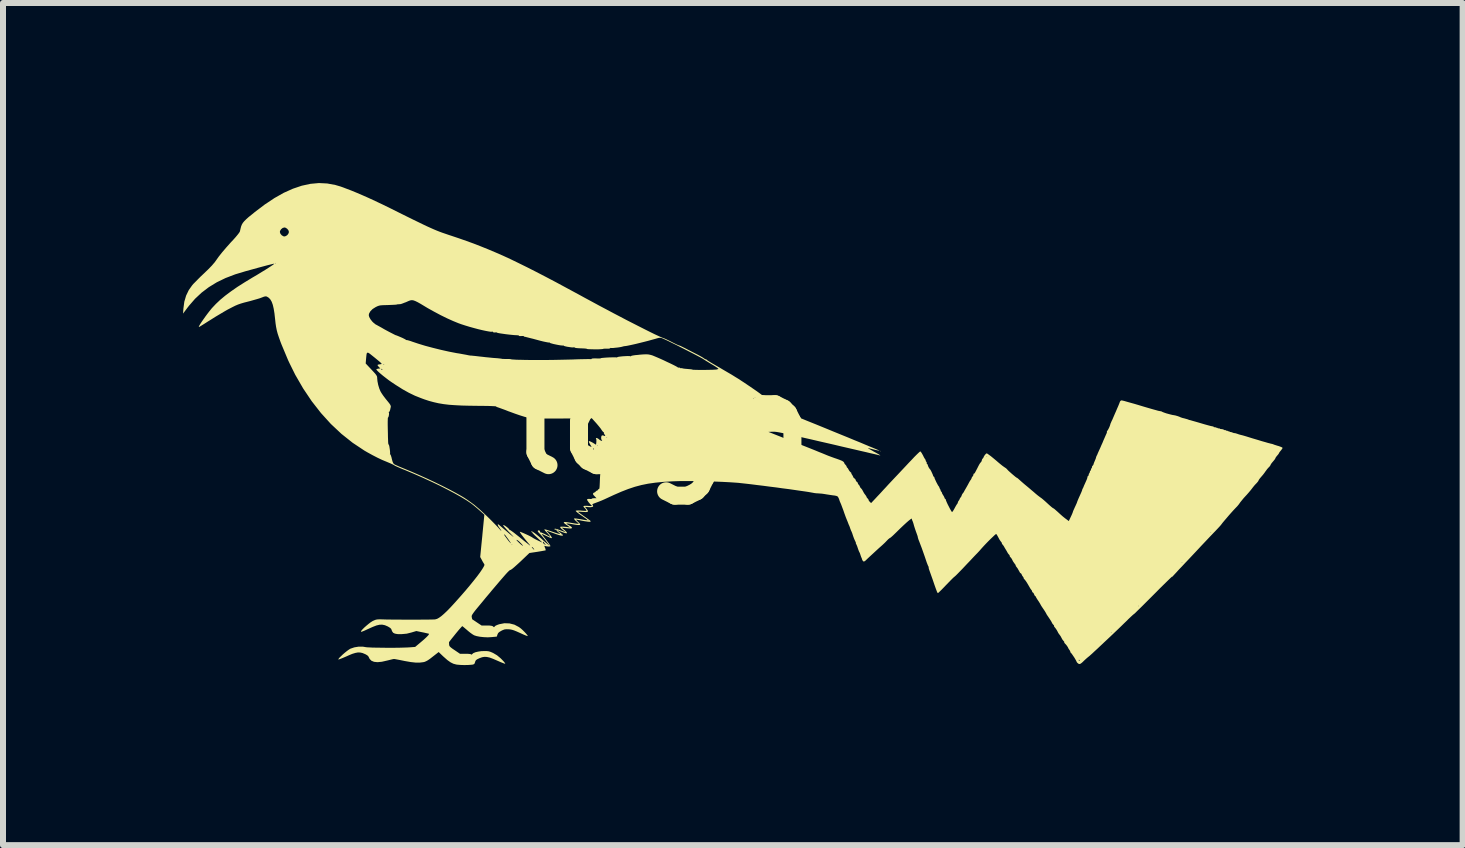
<source format=kicad_pcb>
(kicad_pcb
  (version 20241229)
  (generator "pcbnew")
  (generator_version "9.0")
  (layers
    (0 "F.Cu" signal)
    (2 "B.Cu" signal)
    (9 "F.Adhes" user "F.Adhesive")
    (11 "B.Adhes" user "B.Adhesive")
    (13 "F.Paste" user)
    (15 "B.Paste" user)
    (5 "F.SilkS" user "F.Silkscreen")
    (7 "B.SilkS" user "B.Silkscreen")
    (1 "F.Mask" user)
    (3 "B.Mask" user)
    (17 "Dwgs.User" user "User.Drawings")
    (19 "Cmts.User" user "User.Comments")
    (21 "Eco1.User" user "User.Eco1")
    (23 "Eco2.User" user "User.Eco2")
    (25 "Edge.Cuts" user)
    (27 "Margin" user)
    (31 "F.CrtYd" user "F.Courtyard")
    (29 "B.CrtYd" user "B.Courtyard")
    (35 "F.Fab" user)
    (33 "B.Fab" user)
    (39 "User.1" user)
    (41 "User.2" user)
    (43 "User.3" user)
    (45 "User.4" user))
  (footprint "logo"
    (layer "F.Cu")
    (at 7.976 4.011)
    (property "Reference" "logo" (at 0 0 0) (layer "F.SilkS") (effects (font (size 1.524 1.524) (thickness 0.3))))
    (attr board_only exclude_from_pos_files exclude_from_bom)
    (fp_poly (pts (xy 3.651 0.455) (xy 3.646 0.46) (xy 3.641 0.455) (xy 3.646 0.45)) (stroke (width 0) (type solid)) (fill yes) (layer "F.SilkS"))
    (fp_poly (pts (xy -5.574 -4.004) (xy -5.439 -3.979) (xy -5.35 -3.953) (xy -5.264 -3.921) (xy -5.177 -3.888) (xy -5.087 -3.851) (xy -4.991 -3.81) (xy -4.887 -3.764) (xy -4.775 -3.712) (xy -4.65 -3.653) (xy -4.513 -3.586) (xy -4.369 -3.514) (xy -4.25 -3.455) (xy -4.147 -3.404) (xy -4.058 -3.361) (xy -3.98 -3.323) (xy -3.913 -3.291) (xy -3.853 -3.264) (xy -3.799 -3.24) (xy -3.749 -3.219) (xy -3.701 -3.2) (xy -3.652 -3.182) (xy -3.602 -3.165) (xy -3.547 -3.146) (xy -3.504 -3.132) (xy -3.376 -3.089) (xy -3.253 -3.046) (xy -3.132 -3.002) (xy -3.014 -2.956) (xy -2.895 -2.908) (xy -2.774 -2.857) (xy -2.65 -2.803) (xy -2.522 -2.744) (xy -2.388 -2.679) (xy -2.246 -2.609) (xy -2.096 -2.533) (xy -1.934 -2.449) (xy -1.761 -2.358) (xy -1.574 -2.257) (xy -1.372 -2.148) (xy -1.281 -2.098) (xy -1.164 -2.035) (xy -1.046 -1.971) (xy -0.927 -1.908) (xy -0.809 -1.845) (xy -0.692 -1.784) (xy -0.58 -1.725) (xy -0.472 -1.67) (xy -0.37 -1.618) (xy -0.277 -1.571) (xy -0.193 -1.529) (xy -0.12 -1.493) (xy -0.059 -1.465) (xy -0.011 -1.443) (xy 0.021 -1.43) (xy 0.034 -1.426) (xy 0.046 -1.421) (xy 0.073 -1.409) (xy 0.111 -1.391) (xy 0.155 -1.369) (xy 0.168 -1.362) (xy 0.212 -1.34) (xy 0.249 -1.322) (xy 0.276 -1.31) (xy 0.289 -1.305) (xy 0.29 -1.306) (xy 0.298 -1.303) (xy 0.321 -1.293) (xy 0.355 -1.276) (xy 0.398 -1.255) (xy 0.411 -1.248) (xy 0.465 -1.22) (xy 0.521 -1.191) (xy 0.572 -1.165) (xy 0.611 -1.145) (xy 0.649 -1.124) (xy 0.682 -1.105) (xy 0.705 -1.089) (xy 0.71 -1.086) (xy 0.724 -1.075) (xy 0.73 -1.076) (xy 0.736 -1.076) (xy 0.752 -1.065) (xy 0.753 -1.063) (xy 0.768 -1.052) (xy 0.798 -1.033) (xy 0.839 -1.008) (xy 0.889 -0.979) (xy 0.944 -0.947) (xy 0.955 -0.941) (xy 1.021 -0.902) (xy 1.093 -0.86) (xy 1.165 -0.818) (xy 1.229 -0.778) (xy 1.272 -0.752) (xy 1.318 -0.722) (xy 1.37 -0.688) (xy 1.425 -0.651) (xy 1.481 -0.613) (xy 1.535 -0.576) (xy 1.586 -0.541) (xy 1.63 -0.509) (xy 1.665 -0.483) (xy 1.688 -0.465) (xy 1.698 -0.455) (xy 1.698 -0.455) (xy 1.688 -0.452) (xy 1.662 -0.448) (xy 1.625 -0.442) (xy 1.601 -0.439) (xy 1.559 -0.433) (xy 1.533 -0.429) (xy 1.522 -0.425) (xy 1.523 -0.42) (xy 1.532 -0.415) (xy 1.544 -0.409) (xy 1.574 -0.397) (xy 1.619 -0.378) (xy 1.68 -0.353) (xy 1.754 -0.323) (xy 1.841 -0.287) (xy 1.939 -0.247) (xy 2.047 -0.203) (xy 2.164 -0.155) (xy 2.289 -0.104) (xy 2.42 -0.05) (xy 2.557 0.005) (xy 2.594 0.02) (xy 2.731 0.076) (xy 2.862 0.13) (xy 2.987 0.181) (xy 3.105 0.229) (xy 3.213 0.274) (xy 3.312 0.314) (xy 3.399 0.351) (xy 3.474 0.382) (xy 3.535 0.407) (xy 3.582 0.427) (xy 3.613 0.44) (xy 3.627 0.447) (xy 3.628 0.447) (xy 3.623 0.448) (xy 3.61 0.446) (xy 3.587 0.441) (xy 3.551 0.433) (xy 3.5 0.42) (xy 3.436 0.404) (xy 3.437 0.407) (xy 3.452 0.417) (xy 3.48 0.433) (xy 3.518 0.454) (xy 3.523 0.458) (xy 3.579 0.488) (xy 3.617 0.51) (xy 3.638 0.524) (xy 3.641 0.529) (xy 3.631 0.526) (xy 3.619 0.523) (xy 3.59 0.516) (xy 3.543 0.505) (xy 3.481 0.491) (xy 3.406 0.473) (xy 3.318 0.453) (xy 3.22 0.43) (xy 3.112 0.405) (xy 2.995 0.378) (xy 2.873 0.349) (xy 2.769 0.325) (xy 2.62 0.291) (xy 2.488 0.26) (xy 2.373 0.234) (xy 2.274 0.211) (xy 2.189 0.192) (xy 2.117 0.176) (xy 2.056 0.163) (xy 2.006 0.153) (xy 1.966 0.145) (xy 1.933 0.139) (xy 1.906 0.135) (xy 1.885 0.133) (xy 1.867 0.132) (xy 1.852 0.132) (xy 1.85 0.132) (xy 1.777 0.135) (xy 2.216 0.309) (xy 2.308 0.345) (xy 2.397 0.38) (xy 2.48 0.413) (xy 2.555 0.443) (xy 2.62 0.47) (xy 2.673 0.491) (xy 2.712 0.507) (xy 2.731 0.515) (xy 2.775 0.533) (xy 2.829 0.553) (xy 2.884 0.573) (xy 2.906 0.58) (xy 2.964 0.601) (xy 3.005 0.618) (xy 3.029 0.634) (xy 3.04 0.649) (xy 3.041 0.655) (xy 3.048 0.669) (xy 3.061 0.683) (xy 3.076 0.701) (xy 3.081 0.715) (xy 3.086 0.729) (xy 3.09 0.73) (xy 3.099 0.739) (xy 3.111 0.759) (xy 3.111 0.761) (xy 3.127 0.787) (xy 3.145 0.806) (xy 3.158 0.816) (xy 3.158 0.82) (xy 3.158 0.827) (xy 3.167 0.845) (xy 3.171 0.849) (xy 3.184 0.872) (xy 3.191 0.888) (xy 3.191 0.889) (xy 3.199 0.902) (xy 3.211 0.91) (xy 3.227 0.926) (xy 3.231 0.938) (xy 3.239 0.957) (xy 3.252 0.968) (xy 3.265 0.981) (xy 3.267 0.989) (xy 3.27 1.001) (xy 3.282 1.016) (xy 3.296 1.033) (xy 3.301 1.046) (xy 3.308 1.062) (xy 3.317 1.071) (xy 3.335 1.092) (xy 3.343 1.105) (xy 3.371 1.157) (xy 3.395 1.189) (xy 3.408 1.207) (xy 3.411 1.217) (xy 3.418 1.231) (xy 3.431 1.245) (xy 3.444 1.261) (xy 3.446 1.27) (xy 3.45 1.281) (xy 3.464 1.298) (xy 3.465 1.299) (xy 3.488 1.321) (xy 3.557 1.248) (xy 3.594 1.208) (xy 3.633 1.167) (xy 3.666 1.131) (xy 3.676 1.12) (xy 3.698 1.096) (xy 3.731 1.061) (xy 3.771 1.017) (xy 3.817 0.968) (xy 3.865 0.917) (xy 3.881 0.9) (xy 3.937 0.841) (xy 3.998 0.776) (xy 4.06 0.71) (xy 4.117 0.649) (xy 4.166 0.598) (xy 4.207 0.554) (xy 4.244 0.517) (xy 4.275 0.487) (xy 4.297 0.467) (xy 4.308 0.46) (xy 4.308 0.46) (xy 4.318 0.469) (xy 4.333 0.491) (xy 4.35 0.522) (xy 4.352 0.525) (xy 4.368 0.558) (xy 4.383 0.583) (xy 4.392 0.595) (xy 4.392 0.596) (xy 4.398 0.607) (xy 4.397 0.61) (xy 4.399 0.622) (xy 4.406 0.63) (xy 4.416 0.647) (xy 4.415 0.656) (xy 4.416 0.668) (xy 4.421 0.67) (xy 4.43 0.678) (xy 4.432 0.686) (xy 4.437 0.704) (xy 4.449 0.729) (xy 4.464 0.752) (xy 4.472 0.76) (xy 4.481 0.774) (xy 4.494 0.799) (xy 4.507 0.828) (xy 4.518 0.853) (xy 4.522 0.868) (xy 4.522 0.868) (xy 4.528 0.879) (xy 4.532 0.88) (xy 4.541 0.888) (xy 4.542 0.894) (xy 4.546 0.909) (xy 4.558 0.936) (xy 4.573 0.969) (xy 4.59 1.001) (xy 4.604 1.027) (xy 4.614 1.041) (xy 4.615 1.041) (xy 4.624 1.056) (xy 4.625 1.063) (xy 4.634 1.083) (xy 4.641 1.094) (xy 4.648 1.107) (xy 4.647 1.11) (xy 4.646 1.117) (xy 4.657 1.13) (xy 4.668 1.145) (xy 4.669 1.15) (xy 4.67 1.158) (xy 4.68 1.176) (xy 4.687 1.187) (xy 4.702 1.212) (xy 4.711 1.232) (xy 4.712 1.237) (xy 4.718 1.249) (xy 4.722 1.25) (xy 4.731 1.258) (xy 4.732 1.262) (xy 4.736 1.278) (xy 4.747 1.305) (xy 4.763 1.34) (xy 4.782 1.377) (xy 4.801 1.414) (xy 4.818 1.444) (xy 4.831 1.465) (xy 4.837 1.471) (xy 4.846 1.462) (xy 4.861 1.44) (xy 4.878 1.41) (xy 4.88 1.406) (xy 4.898 1.373) (xy 4.913 1.348) (xy 4.922 1.335) (xy 4.923 1.335) (xy 4.931 1.321) (xy 4.932 1.315) (xy 4.938 1.296) (xy 4.947 1.283) (xy 4.959 1.265) (xy 4.963 1.255) (xy 4.969 1.241) (xy 4.978 1.229) (xy 4.992 1.209) (xy 4.996 1.197) (xy 5.004 1.177) (xy 5.013 1.163) (xy 5.029 1.143) (xy 5.036 1.13) (xy 5.045 1.113) (xy 5.06 1.087) (xy 5.067 1.075) (xy 5.087 1.04) (xy 5.108 1.002) (xy 5.114 0.99) (xy 5.13 0.961) (xy 5.144 0.939) (xy 5.15 0.932) (xy 5.16 0.914) (xy 5.162 0.906) (xy 5.169 0.889) (xy 5.177 0.88) (xy 5.19 0.861) (xy 5.192 0.849) (xy 5.196 0.834) (xy 5.202 0.83) (xy 5.207 0.829) (xy 5.214 0.822) (xy 5.223 0.807) (xy 5.236 0.782) (xy 5.256 0.744) (xy 5.274 0.708) (xy 5.291 0.676) (xy 5.307 0.651) (xy 5.317 0.641) (xy 5.33 0.622) (xy 5.332 0.61) (xy 5.339 0.589) (xy 5.347 0.58) (xy 5.36 0.564) (xy 5.362 0.556) (xy 5.367 0.545) (xy 5.412 0.545) (xy 5.417 0.55) (xy 5.422 0.545) (xy 5.417 0.54) (xy 5.412 0.545) (xy 5.367 0.545) (xy 5.369 0.542) (xy 5.383 0.52) (xy 5.387 0.516) (xy 5.403 0.498) (xy 5.415 0.493) (xy 5.429 0.5) (xy 5.434 0.504) (xy 5.485 0.541) (xy 5.529 0.577) (xy 5.577 0.617) (xy 5.601 0.638) (xy 5.638 0.669) (xy 5.674 0.698) (xy 5.703 0.719) (xy 5.712 0.725) (xy 5.736 0.741) (xy 5.751 0.755) (xy 5.754 0.758) (xy 5.762 0.768) (xy 5.781 0.787) (xy 5.808 0.811) (xy 5.837 0.837) (xy 5.867 0.862) (xy 5.892 0.883) (xy 5.911 0.897) (xy 5.918 0.9) (xy 5.918 0.9) (xy 5.925 0.904) (xy 5.942 0.918) (xy 5.963 0.937) (xy 5.998 0.968) (xy 6.036 1.001) (xy 6.055 1.017) (xy 6.083 1.04) (xy 6.12 1.071) (xy 6.161 1.106) (xy 6.192 1.132) (xy 6.23 1.165) (xy 6.265 1.194) (xy 6.294 1.216) (xy 6.309 1.227) (xy 6.33 1.242) (xy 6.359 1.266) (xy 6.392 1.295) (xy 6.403 1.305) (xy 6.453 1.351) (xy 6.491 1.384) (xy 6.515 1.403) (xy 6.529 1.41) (xy 6.529 1.411) (xy 6.539 1.417) (xy 6.559 1.434) (xy 6.586 1.458) (xy 6.592 1.463) (xy 6.641 1.508) (xy 6.683 1.545) (xy 6.723 1.577) (xy 6.745 1.593) (xy 6.782 1.621) (xy 6.813 1.555) (xy 6.829 1.521) (xy 6.841 1.493) (xy 6.847 1.478) (xy 6.847 1.477) (xy 6.852 1.461) (xy 6.862 1.436) (xy 6.867 1.426) (xy 6.883 1.39) (xy 6.899 1.356) (xy 6.901 1.351) (xy 6.912 1.327) (xy 6.918 1.312) (xy 6.918 1.311) (xy 6.925 1.291) (xy 6.938 1.259) (xy 6.953 1.225) (xy 6.976 1.174) (xy 6.992 1.138) (xy 7.001 1.115) (xy 7.005 1.103) (xy 7.005 1.1) (xy 7.009 1.089) (xy 7.016 1.075) (xy 7.025 1.058) (xy 7.028 1.05) (xy 7.032 1.039) (xy 7.042 1.016) (xy 7.046 1.008) (xy 7.067 0.961) (xy 7.081 0.929) (xy 7.089 0.907) (xy 7.092 0.893) (xy 7.093 0.886) (xy 7.098 0.872) (xy 7.103 0.87) (xy 7.111 0.862) (xy 7.113 0.851) (xy 7.117 0.832) (xy 7.123 0.825) (xy 7.131 0.811) (xy 7.133 0.8) (xy 7.137 0.784) (xy 7.144 0.78) (xy 7.151 0.773) (xy 7.15 0.768) (xy 7.153 0.751) (xy 7.16 0.742) (xy 7.169 0.727) (xy 7.168 0.721) (xy 7.17 0.709) (xy 7.178 0.7) (xy 7.19 0.685) (xy 7.193 0.678) (xy 7.197 0.663) (xy 7.206 0.639) (xy 7.207 0.637) (xy 7.224 0.597) (xy 7.234 0.571) (xy 7.237 0.556) (xy 7.238 0.555) (xy 7.243 0.539) (xy 7.248 0.53) (xy 7.256 0.515) (xy 7.258 0.51) (xy 7.262 0.499) (xy 7.272 0.476) (xy 7.277 0.465) (xy 7.307 0.399) (xy 7.328 0.35) (xy 7.342 0.32) (xy 7.344 0.315) (xy 7.359 0.278) (xy 7.378 0.235) (xy 7.395 0.196) (xy 7.408 0.167) (xy 7.409 0.166) (xy 7.417 0.144) (xy 7.417 0.129) (xy 7.417 0.129) (xy 7.418 0.12) (xy 7.42 0.12) (xy 7.428 0.112) (xy 7.44 0.091) (xy 7.454 0.064) (xy 7.465 0.037) (xy 7.472 0.016) (xy 7.473 0.011) (xy 7.477 -0.003) (xy 7.488 -0.027) (xy 7.494 -0.042) (xy 7.509 -0.072) (xy 7.52 -0.098) (xy 7.523 -0.105) (xy 7.532 -0.126) (xy 7.545 -0.156) (xy 7.551 -0.17) (xy 7.568 -0.208) (xy 7.586 -0.251) (xy 7.605 -0.294) (xy 7.621 -0.333) (xy 7.632 -0.362) (xy 7.636 -0.373) (xy 7.65 -0.387) (xy 7.662 -0.39) (xy 7.676 -0.387) (xy 7.707 -0.38) (xy 7.751 -0.367) (xy 7.808 -0.351) (xy 7.873 -0.333) (xy 7.944 -0.312) (xy 7.967 -0.305) (xy 8.04 -0.283) (xy 8.108 -0.263) (xy 8.167 -0.246) (xy 8.217 -0.232) (xy 8.253 -0.222) (xy 8.273 -0.216) (xy 8.275 -0.216) (xy 8.295 -0.212) (xy 8.303 -0.21) (xy 8.317 -0.209) (xy 8.317 -0.209) (xy 8.331 -0.204) (xy 8.332 -0.203) (xy 8.345 -0.196) (xy 8.371 -0.186) (xy 8.406 -0.174) (xy 8.446 -0.163) (xy 8.484 -0.153) (xy 8.515 -0.146) (xy 8.524 -0.145) (xy 8.557 -0.139) (xy 8.592 -0.129) (xy 8.623 -0.118) (xy 8.638 -0.111) (xy 8.653 -0.105) (xy 8.68 -0.096) (xy 8.703 -0.091) (xy 8.735 -0.082) (xy 8.76 -0.075) (xy 8.768 -0.072) (xy 8.787 -0.064) (xy 8.793 -0.063) (xy 8.807 -0.06) (xy 8.837 -0.051) (xy 8.88 -0.039) (xy 8.932 -0.024) (xy 8.99 -0.007) (xy 8.993 -0.006) (xy 9.051 0.011) (xy 9.102 0.025) (xy 9.143 0.036) (xy 9.172 0.042) (xy 9.185 0.044) (xy 9.186 0.044) (xy 9.193 0.046) (xy 9.194 0.05) (xy 9.201 0.058) (xy 9.208 0.057) (xy 9.224 0.057) (xy 9.229 0.061) (xy 9.241 0.066) (xy 9.244 0.065) (xy 9.256 0.067) (xy 9.259 0.071) (xy 9.273 0.077) (xy 9.28 0.076) (xy 9.292 0.076) (xy 9.294 0.079) (xy 9.302 0.085) (xy 9.323 0.088) (xy 9.324 0.088) (xy 9.351 0.092) (xy 9.369 0.101) (xy 9.381 0.107) (xy 9.384 0.105) (xy 9.39 0.104) (xy 9.399 0.11) (xy 9.411 0.117) (xy 9.414 0.115) (xy 9.42 0.114) (xy 9.429 0.12) (xy 9.441 0.127) (xy 9.444 0.125) (xy 9.45 0.124) (xy 9.459 0.13) (xy 9.471 0.138) (xy 9.474 0.137) (xy 9.482 0.137) (xy 9.502 0.143) (xy 9.509 0.146) (xy 9.531 0.154) (xy 9.543 0.156) (xy 9.544 0.156) (xy 9.552 0.156) (xy 9.573 0.162) (xy 9.586 0.166) (xy 9.617 0.177) (xy 9.643 0.184) (xy 9.649 0.186) (xy 9.668 0.19) (xy 9.7 0.199) (xy 9.734 0.209) (xy 9.84 0.242) (xy 9.928 0.268) (xy 10 0.29) (xy 10.057 0.306) (xy 10.101 0.319) (xy 10.133 0.327) (xy 10.154 0.333) (xy 10.164 0.334) (xy 10.184 0.34) (xy 10.189 0.342) (xy 10.203 0.348) (xy 10.231 0.357) (xy 10.266 0.368) (xy 10.272 0.369) (xy 10.306 0.381) (xy 10.332 0.392) (xy 10.344 0.401) (xy 10.344 0.402) (xy 10.338 0.415) (xy 10.322 0.437) (xy 10.314 0.447) (xy 10.296 0.469) (xy 10.285 0.486) (xy 10.284 0.489) (xy 10.278 0.501) (xy 10.262 0.521) (xy 10.254 0.53) (xy 10.236 0.552) (xy 10.225 0.57) (xy 10.224 0.574) (xy 10.218 0.587) (xy 10.201 0.609) (xy 10.184 0.629) (xy 10.162 0.655) (xy 10.148 0.676) (xy 10.144 0.685) (xy 10.137 0.699) (xy 10.121 0.719) (xy 10.113 0.726) (xy 10.087 0.755) (xy 10.064 0.787) (xy 10.061 0.79) (xy 10.043 0.816) (xy 10.018 0.849) (xy 9.992 0.879) (xy 9.968 0.907) (xy 9.951 0.93) (xy 9.944 0.944) (xy 9.944 0.944) (xy 9.937 0.958) (xy 9.92 0.979) (xy 9.909 0.991) (xy 9.882 1.019) (xy 9.853 1.054) (xy 9.837 1.075) (xy 9.813 1.106) (xy 9.781 1.144) (xy 9.746 1.184) (xy 9.731 1.2) (xy 9.697 1.237) (xy 9.665 1.276) (xy 9.639 1.308) (xy 9.631 1.32) (xy 9.609 1.35) (xy 9.587 1.376) (xy 9.578 1.385) (xy 9.556 1.408) (xy 9.525 1.441) (xy 9.489 1.481) (xy 9.45 1.525) (xy 9.411 1.571) (xy 9.375 1.613) (xy 9.344 1.65) (xy 9.323 1.678) (xy 9.314 1.689) (xy 9.304 1.701) (xy 9.283 1.724) (xy 9.254 1.755) (xy 9.22 1.791) (xy 9.217 1.794) (xy 9.183 1.829) (xy 9.139 1.875) (xy 9.089 1.928) (xy 9.035 1.985) (xy 8.981 2.042) (xy 8.959 2.066) (xy 8.902 2.127) (xy 8.839 2.194) (xy 8.776 2.261) (xy 8.716 2.324) (xy 8.665 2.379) (xy 8.654 2.39) (xy 8.612 2.434) (xy 8.575 2.475) (xy 8.544 2.508) (xy 8.522 2.532) (xy 8.511 2.544) (xy 8.511 2.545) (xy 8.504 2.55) (xy 8.504 2.546) (xy 8.497 2.551) (xy 8.477 2.569) (xy 8.447 2.598) (xy 8.406 2.638) (xy 8.357 2.686) (xy 8.301 2.741) (xy 8.24 2.803) (xy 8.189 2.854) (xy 8.123 2.92) (xy 8.062 2.981) (xy 8.007 3.036) (xy 7.959 3.083) (xy 7.919 3.122) (xy 7.89 3.151) (xy 7.872 3.167) (xy 7.867 3.171) (xy 7.857 3.178) (xy 7.837 3.196) (xy 7.807 3.224) (xy 7.771 3.258) (xy 7.754 3.276) (xy 7.706 3.322) (xy 7.654 3.373) (xy 7.603 3.422) (xy 7.56 3.463) (xy 7.558 3.465) (xy 7.512 3.509) (xy 7.46 3.558) (xy 7.41 3.605) (xy 7.383 3.63) (xy 7.313 3.696) (xy 7.256 3.75) (xy 7.21 3.792) (xy 7.175 3.825) (xy 7.147 3.85) (xy 7.127 3.868) (xy 7.112 3.88) (xy 7.108 3.883) (xy 7.083 3.904) (xy 7.053 3.931) (xy 7.039 3.944) (xy 7.005 3.977) (xy 6.981 3.996) (xy 6.962 4.003) (xy 6.947 4) (xy 6.935 3.992) (xy 6.919 3.977) (xy 6.913 3.967) (xy 6.908 3.954) (xy 6.899 3.938) (xy 6.946 3.938) (xy 6.948 3.942) (xy 6.957 3.951) (xy 6.958 3.952) (xy 6.963 3.944) (xy 6.963 3.942) (xy 6.955 3.932) (xy 6.952 3.932) (xy 6.946 3.938) (xy 6.899 3.938) (xy 6.894 3.929) (xy 6.876 3.898) (xy 6.855 3.867) (xy 6.836 3.839) (xy 6.821 3.82) (xy 6.815 3.814) (xy 6.807 3.805) (xy 6.808 3.802) (xy 6.805 3.789) (xy 6.794 3.77) (xy 6.793 3.769) (xy 6.779 3.749) (xy 6.773 3.737) (xy 6.773 3.737) (xy 6.767 3.724) (xy 6.753 3.702) (xy 6.736 3.68) (xy 6.72 3.663) (xy 6.715 3.658) (xy 6.706 3.647) (xy 6.707 3.642) (xy 6.706 3.636) (xy 7.313 3.636) (xy 7.318 3.641) (xy 7.323 3.636) (xy 7.318 3.631) (xy 7.313 3.636) (xy 6.706 3.636) (xy 6.705 3.63) (xy 6.696 3.62) (xy 6.679 3.6) (xy 6.671 3.587) (xy 6.645 3.538) (xy 6.62 3.504) (xy 6.607 3.486) (xy 6.602 3.476) (xy 7.483 3.476) (xy 7.488 3.481) (xy 7.493 3.476) (xy 7.488 3.471) (xy 7.483 3.476) (xy 6.602 3.476) (xy 6.594 3.46) (xy 6.58 3.435) (xy 6.563 3.41) (xy 6.548 3.391) (xy 6.543 3.386) (xy 6.536 3.375) (xy 6.537 3.372) (xy 6.535 3.36) (xy 6.526 3.35) (xy 6.509 3.33) (xy 6.502 3.317) (xy 6.495 3.302) (xy 6.485 3.285) (xy 6.471 3.263) (xy 6.449 3.23) (xy 6.435 3.209) (xy 6.417 3.183) (xy 6.406 3.163) (xy 6.403 3.156) (xy 6.397 3.146) (xy 6.384 3.124) (xy 6.37 3.103) (xy 6.343 3.063) (xy 6.325 3.036) (xy 7.943 3.036) (xy 7.948 3.041) (xy 7.953 3.036) (xy 7.948 3.031) (xy 7.943 3.036) (xy 6.325 3.036) (xy 6.325 3.036) (xy 6.314 3.017) (xy 6.307 3.004) (xy 6.306 3.001) (xy 6.296 2.985) (xy 6.28 2.959) (xy 6.266 2.939) (xy 6.248 2.911) (xy 6.236 2.89) (xy 6.232 2.881) (xy 6.226 2.871) (xy 6.223 2.871) (xy 6.214 2.863) (xy 6.204 2.842) (xy 6.204 2.841) (xy 6.194 2.82) (xy 6.183 2.811) (xy 6.183 2.811) (xy 6.173 2.803) (xy 6.172 2.797) (xy 6.166 2.778) (xy 6.159 2.769) (xy 6.145 2.751) (xy 6.132 2.729) (xy 6.107 2.686) (xy 6.084 2.647) (xy 6.063 2.616) (xy 6.048 2.596) (xy 6.042 2.591) (xy 6.033 2.583) (xy 6.032 2.577) (xy 6.026 2.558) (xy 6.019 2.549) (xy 6.004 2.528) (xy 5.998 2.513) (xy 5.989 2.496) (xy 5.981 2.491) (xy 5.97 2.483) (xy 5.962 2.468) (xy 5.928 2.408) (xy 5.907 2.381) (xy 5.897 2.367) (xy 5.897 2.361) (xy 5.898 2.355) (xy 5.887 2.341) (xy 5.869 2.316) (xy 8.663 2.316) (xy 8.668 2.321) (xy 8.673 2.316) (xy 8.668 2.311) (xy 8.663 2.316) (xy 5.869 2.316) (xy 5.853 2.293) (xy 5.834 2.255) (xy 5.819 2.232) (xy 5.808 2.222) (xy 5.798 2.208) (xy 5.797 2.201) (xy 5.795 2.189) (xy 5.786 2.18) (xy 5.769 2.16) (xy 5.761 2.146) (xy 5.749 2.124) (xy 5.733 2.097) (xy 5.732 2.096) (xy 5.717 2.071) (xy 5.706 2.052) (xy 5.706 2.051) (xy 5.695 2.033) (xy 5.679 2.013) (xy 5.667 1.998) (xy 5.667 1.991) (xy 5.667 1.991) (xy 5.667 1.985) (xy 5.657 1.971) (xy 5.643 1.953) (xy 5.628 1.931) (xy 5.611 1.899) (xy 5.597 1.873) (xy 5.584 1.85) (xy 5.573 1.837) (xy 5.572 1.836) (xy 5.563 1.841) (xy 5.543 1.858) (xy 5.515 1.885) (xy 5.48 1.918) (xy 5.443 1.955) (xy 5.405 1.994) (xy 5.369 2.032) (xy 5.338 2.066) (xy 5.321 2.085) (xy 5.294 2.116) (xy 5.266 2.146) (xy 5.257 2.156) (xy 5.242 2.171) (xy 5.215 2.199) (xy 5.179 2.237) (xy 5.137 2.282) (xy 5.09 2.331) (xy 5.057 2.366) (xy 5.01 2.416) (xy 4.967 2.46) (xy 4.93 2.498) (xy 4.901 2.527) (xy 4.882 2.544) (xy 4.876 2.549) (xy 4.866 2.557) (xy 4.845 2.577) (xy 4.815 2.607) (xy 4.778 2.645) (xy 4.738 2.686) (xy 4.697 2.729) (xy 4.661 2.766) (xy 4.631 2.795) (xy 4.611 2.814) (xy 4.602 2.821) (xy 4.598 2.819) (xy 4.593 2.813) (xy 4.586 2.799) (xy 4.577 2.775) (xy 4.563 2.738) (xy 4.545 2.687) (xy 4.531 2.646) (xy 4.513 2.593) (xy 4.494 2.54) (xy 4.477 2.492) (xy 4.468 2.467) (xy 4.456 2.433) (xy 4.448 2.406) (xy 4.447 2.391) (xy 4.447 2.391) (xy 4.446 2.38) (xy 4.444 2.379) (xy 4.438 2.369) (xy 4.428 2.344) (xy 4.414 2.308) (xy 4.405 2.281) (xy 4.38 2.207) (xy 4.355 2.136) (xy 4.332 2.071) (xy 4.311 2.016) (xy 4.295 1.974) (xy 4.289 1.958) (xy 4.277 1.928) (xy 4.269 1.902) (xy 4.268 1.898) (xy 4.263 1.873) (xy 4.259 1.861) (xy 4.24 1.808) (xy 4.239 1.806) (xy 9.144 1.806) (xy 9.149 1.811) (xy 9.154 1.806) (xy 9.149 1.801) (xy 9.144 1.806) (xy 4.239 1.806) (xy 4.22 1.751) (xy 4.203 1.698) (xy 4.196 1.671) (xy 4.186 1.639) (xy 4.176 1.614) (xy 4.171 1.605) (xy 4.167 1.591) (xy 4.169 1.586) (xy 4.168 1.581) (xy 4.159 1.582) (xy 4.144 1.591) (xy 4.117 1.612) (xy 4.078 1.646) (xy 4.03 1.69) (xy 3.973 1.744) (xy 3.91 1.806) (xy 3.882 1.833) (xy 3.852 1.862) (xy 3.826 1.885) (xy 3.809 1.899) (xy 3.804 1.901) (xy 3.793 1.908) (xy 3.772 1.925) (xy 3.75 1.948) (xy 3.717 1.982) (xy 3.681 2.016) (xy 3.661 2.034) (xy 3.62 2.07) (xy 3.571 2.115) (xy 3.519 2.163) (xy 3.468 2.21) (xy 3.425 2.25) (xy 3.418 2.257) (xy 3.392 2.282) (xy 3.375 2.293) (xy 3.364 2.295) (xy 3.355 2.289) (xy 3.341 2.27) (xy 3.338 2.26) (xy 3.332 2.24) (xy 3.33 2.236) (xy 3.323 2.221) (xy 3.314 2.195) (xy 3.311 2.186) (xy 3.302 2.158) (xy 3.293 2.139) (xy 3.291 2.136) (xy 3.284 2.121) (xy 3.274 2.094) (xy 3.266 2.071) (xy 3.255 2.038) (xy 3.244 2.013) (xy 3.239 2.003) (xy 3.233 1.993) (xy 3.235 1.991) (xy 3.235 1.983) (xy 3.227 1.963) (xy 3.22 1.949) (xy 3.204 1.913) (xy 3.189 1.872) (xy 3.184 1.857) (xy 3.174 1.826) (xy 3.165 1.803) (xy 3.162 1.796) (xy 3.154 1.78) (xy 3.144 1.754) (xy 3.141 1.746) (xy 3.132 1.718) (xy 3.124 1.699) (xy 3.123 1.696) (xy 3.116 1.682) (xy 3.116 1.681) (xy 3.111 1.669) (xy 3.102 1.645) (xy 3.091 1.617) (xy 3.084 1.601) (xy 3.078 1.585) (xy 3.076 1.581) (xy 3.071 1.568) (xy 3.068 1.561) (xy 3.061 1.542) (xy 3.051 1.514) (xy 3.046 1.501) (xy 3.025 1.44) (xy 3.008 1.395) (xy 2.996 1.363) (xy 2.987 1.339) (xy 2.979 1.321) (xy 2.976 1.314) (xy 2.966 1.291) (xy 2.961 1.276) (xy 2.961 1.276) (xy 2.957 1.263) (xy 2.948 1.24) (xy 2.945 1.235) (xy 2.937 1.219) (xy 2.927 1.209) (xy 2.91 1.202) (xy 2.883 1.196) (xy 2.843 1.191) (xy 2.796 1.184) (xy 2.75 1.177) (xy 2.714 1.171) (xy 2.708 1.17) (xy 2.667 1.164) (xy 2.625 1.161) (xy 2.615 1.16) (xy 2.575 1.158) (xy 2.535 1.153) (xy 2.528 1.151) (xy 2.494 1.145) (xy 2.443 1.136) (xy 2.377 1.126) (xy 2.299 1.115) (xy 2.21 1.102) (xy 2.113 1.088) (xy 2.01 1.075) (xy 1.904 1.06) (xy 1.798 1.047) (xy 1.693 1.033) (xy 1.592 1.021) (xy 1.498 1.009) (xy 1.412 0.999) (xy 1.338 0.991) (xy 1.277 0.984) (xy 1.235 0.981) (xy 1.131 0.974) (xy 1.015 0.968) (xy 0.892 0.963) (xy 0.765 0.959) (xy 0.637 0.956) (xy 0.513 0.954) (xy 0.397 0.954) (xy 0.291 0.955) (xy 0.201 0.958) (xy 0.174 0.959) (xy 0.026 0.968) (xy -0.106 0.981) (xy -0.227 0.998) (xy -0.34 1.021) (xy -0.449 1.05) (xy -0.56 1.087) (xy -0.675 1.132) (xy -0.799 1.186) (xy -0.84 1.205) (xy -0.896 1.231) (xy -0.95 1.256) (xy -0.998 1.277) (xy -1.035 1.292) (xy -1.05 1.298) (xy -1.098 1.316) (xy -1.13 1.328) (xy -1.148 1.336) (xy -1.156 1.343) (xy -1.156 1.348) (xy -1.151 1.355) (xy -1.15 1.356) (xy -1.142 1.374) (xy -1.154 1.385) (xy -1.183 1.39) (xy -1.219 1.389) (xy -1.279 1.384) (xy -1.249 1.422) (xy -1.233 1.445) (xy -1.229 1.459) (xy -1.238 1.468) (xy -1.262 1.471) (xy -1.304 1.469) (xy -1.329 1.468) (xy -1.367 1.465) (xy -1.388 1.465) (xy -1.394 1.467) (xy -1.389 1.473) (xy -1.381 1.479) (xy -1.361 1.493) (xy -1.331 1.514) (xy -1.297 1.539) (xy -1.291 1.543) (xy -1.257 1.567) (xy -1.226 1.59) (xy -1.204 1.605) (xy -1.202 1.606) (xy -1.186 1.62) (xy -1.185 1.629) (xy -1.199 1.633) (xy -1.23 1.631) (xy -1.279 1.624) (xy -1.326 1.616) (xy -1.22 1.616) (xy -1.215 1.621) (xy -1.21 1.616) (xy -1.215 1.611) (xy -1.22 1.616) (xy -1.326 1.616) (xy -1.345 1.612) (xy -1.423 1.596) (xy -1.425 1.6) (xy -1.415 1.614) (xy -1.393 1.635) (xy -1.393 1.636) (xy -1.369 1.659) (xy -1.359 1.675) (xy -1.362 1.684) (xy -1.381 1.687) (xy -1.416 1.685) (xy -1.469 1.677) (xy -1.491 1.673) (xy -1.541 1.664) (xy -1.573 1.661) (xy -1.587 1.662) (xy -1.584 1.669) (xy -1.565 1.681) (xy -1.54 1.695) (xy -1.514 1.711) (xy -1.498 1.726) (xy -1.496 1.732) (xy -1.499 1.74) (xy -1.511 1.744) (xy -1.534 1.744) (xy -1.573 1.741) (xy -1.606 1.738) (xy -1.666 1.731) (xy -1.616 1.774) (xy -1.589 1.801) (xy -1.578 1.818) (xy -1.585 1.825) (xy -1.609 1.821) (xy -1.65 1.808) (xy -1.665 1.802) (xy -1.7 1.789) (xy -1.726 1.78) (xy -1.74 1.776) (xy -1.741 1.776) (xy -1.733 1.783) (xy -1.714 1.798) (xy -1.689 1.816) (xy -1.66 1.839) (xy -1.648 1.854) (xy -1.649 1.863) (xy -1.661 1.865) (xy -1.686 1.861) (xy -1.726 1.85) (xy -1.737 1.846) (xy -1.681 1.846) (xy -1.676 1.851) (xy -1.671 1.846) (xy -1.676 1.841) (xy -1.681 1.846) (xy -1.737 1.846) (xy -1.782 1.831) (xy -1.791 1.827) (xy -1.922 1.781) (xy -1.871 1.84) (xy -1.848 1.869) (xy -1.834 1.891) (xy -1.829 1.904) (xy -1.83 1.905) (xy -1.843 1.904) (xy -1.869 1.895) (xy -1.903 1.879) (xy -1.92 1.871) (xy -1.956 1.854) (xy -1.983 1.841) (xy -1.999 1.836) (xy -2.001 1.836) (xy -1.995 1.845) (xy -1.979 1.867) (xy -1.955 1.898) (xy -1.926 1.935) (xy -1.925 1.936) (xy -1.897 1.973) (xy -1.874 2.005) (xy -1.859 2.028) (xy -1.854 2.039) (xy -1.854 2.039) (xy -1.867 2.044) (xy -1.892 2.045) (xy -1.919 2.042) (xy -1.943 2.036) (xy -1.943 2.036) (xy -1.954 2.033) (xy -1.955 2.039) (xy -1.949 2.057) (xy -1.945 2.066) (xy -1.936 2.09) (xy -1.934 2.106) (xy -1.934 2.108) (xy -1.946 2.111) (xy -1.973 2.116) (xy -2.012 2.123) (xy -2.06 2.131) (xy -2.072 2.133) (xy -2.205 2.153) (xy -2.354 2.295) (xy -2.412 2.348) (xy -2.459 2.39) (xy -2.494 2.419) (xy -2.517 2.434) (xy -2.524 2.436) (xy -2.533 2.44) (xy -2.549 2.454) (xy -2.573 2.478) (xy -2.605 2.513) (xy -2.646 2.56) (xy -2.698 2.62) (xy -2.76 2.693) (xy -2.834 2.78) (xy -2.859 2.811) (xy -2.931 2.896) (xy -2.99 2.968) (xy -3.039 3.027) (xy -3.078 3.074) (xy -3.109 3.112) (xy -3.132 3.142) (xy -3.148 3.165) (xy -3.159 3.182) (xy -3.165 3.195) (xy -3.167 3.205) (xy -3.167 3.213) (xy -3.166 3.221) (xy -3.161 3.244) (xy -3.158 3.257) (xy -3.158 3.257) (xy -3.149 3.263) (xy -3.128 3.277) (xy -3.098 3.297) (xy -3.079 3.31) (xy -3.002 3.361) (xy -2.915 3.361) (xy -2.868 3.362) (xy -2.837 3.366) (xy -2.817 3.372) (xy -2.81 3.378) (xy -2.796 3.389) (xy -2.789 3.385) (xy -2.785 3.378) (xy -2.772 3.366) (xy -2.745 3.353) (xy -2.709 3.34) (xy -2.622 3.323) (xy -2.537 3.326) (xy -2.455 3.347) (xy -2.379 3.387) (xy -2.346 3.412) (xy -2.316 3.439) (xy -2.287 3.468) (xy -2.261 3.496) (xy -2.242 3.519) (xy -2.233 3.534) (xy -2.233 3.537) (xy -2.244 3.535) (xy -2.269 3.526) (xy -2.305 3.511) (xy -2.349 3.491) (xy -2.362 3.485) (xy -2.418 3.46) (xy -2.46 3.443) (xy -2.495 3.432) (xy -2.526 3.426) (xy -2.551 3.424) (xy -2.591 3.423) (xy -2.622 3.427) (xy -2.653 3.439) (xy -2.671 3.448) (xy -2.705 3.468) (xy -2.725 3.486) (xy -2.737 3.509) (xy -2.737 3.511) (xy -2.749 3.546) (xy -2.832 3.554) (xy -2.898 3.558) (xy -2.966 3.555) (xy -3.031 3.548) (xy -3.087 3.537) (xy -3.129 3.523) (xy -3.13 3.522) (xy -3.156 3.506) (xy -3.191 3.481) (xy -3.228 3.451) (xy -3.245 3.436) (xy -3.277 3.409) (xy -3.303 3.387) (xy -3.32 3.374) (xy -3.324 3.371) (xy -3.332 3.379) (xy -3.35 3.399) (xy -3.376 3.428) (xy -3.406 3.464) (xy -3.438 3.503) (xy -3.47 3.543) (xy -3.5 3.58) (xy -3.524 3.611) (xy -3.54 3.632) (xy -3.545 3.642) (xy -3.544 3.658) (xy -3.543 3.681) (xy -3.54 3.696) (xy -3.532 3.71) (xy -3.514 3.727) (xy -3.485 3.749) (xy -3.452 3.771) (xy -3.362 3.832) (xy -3.272 3.832) (xy -3.225 3.833) (xy -3.192 3.836) (xy -3.176 3.842) (xy -3.175 3.843) (xy -3.167 3.847) (xy -3.16 3.839) (xy -3.141 3.822) (xy -3.106 3.807) (xy -3.059 3.796) (xy -3.005 3.788) (xy -2.961 3.787) (xy -2.916 3.787) (xy -2.883 3.791) (xy -2.853 3.8) (xy -2.818 3.815) (xy -2.806 3.821) (xy -2.745 3.857) (xy -2.685 3.907) (xy -2.667 3.925) (xy -2.638 3.955) (xy -2.618 3.979) (xy -2.608 3.995) (xy -2.608 3.999) (xy -2.62 3.996) (xy -2.647 3.986) (xy -2.685 3.971) (xy -2.73 3.951) (xy -2.742 3.946) (xy -2.811 3.916) (xy -2.868 3.895) (xy -2.914 3.885) (xy -2.955 3.883) (xy -2.994 3.89) (xy -3.035 3.905) (xy -3.04 3.907) (xy -3.074 3.923) (xy -3.094 3.937) (xy -3.105 3.953) (xy -3.111 3.972) (xy -3.118 3.993) (xy -3.129 4.005) (xy -3.148 4.012) (xy -3.174 4.015) (xy -3.229 4.019) (xy -3.292 4.02) (xy -3.356 4.018) (xy -3.411 4.013) (xy -3.424 4.011) (xy -3.472 3.998) (xy -3.52 3.974) (xy -3.573 3.936) (xy -3.633 3.883) (xy -3.641 3.876) (xy -3.717 3.803) (xy -3.817 3.881) (xy -3.862 3.916) (xy -3.897 3.94) (xy -3.926 3.956) (xy -3.952 3.967) (xy -3.974 3.972) (xy -4.031 3.979) (xy -4.1 3.979) (xy -4.182 3.97) (xy -4.28 3.953) (xy -4.319 3.945) (xy -4.368 3.935) (xy -4.411 3.927) (xy -4.443 3.921) (xy -4.461 3.919) (xy -4.462 3.919) (xy -4.477 3.921) (xy -4.507 3.928) (xy -4.547 3.938) (xy -4.576 3.945) (xy -4.664 3.965) (xy -4.736 3.972) (xy -4.794 3.966) (xy -4.837 3.948) (xy -4.867 3.918) (xy -4.875 3.901) (xy -4.888 3.876) (xy -4.906 3.858) (xy -4.935 3.841) (xy -4.946 3.836) (xy -4.987 3.819) (xy -5.025 3.811) (xy -5.063 3.81) (xy -5.106 3.818) (xy -5.158 3.834) (xy -5.222 3.861) (xy -5.246 3.872) (xy -5.295 3.893) (xy -5.336 3.91) (xy -5.368 3.922) (xy -5.386 3.928) (xy -5.389 3.928) (xy -5.386 3.918) (xy -5.371 3.898) (xy -5.345 3.873) (xy -5.314 3.843) (xy -5.279 3.813) (xy -5.244 3.785) (xy -5.212 3.762) (xy -5.187 3.747) (xy -5.122 3.725) (xy -5.049 3.713) (xy -4.977 3.714) (xy -4.936 3.721) (xy -4.913 3.724) (xy -4.874 3.726) (xy -4.82 3.729) (xy -4.755 3.73) (xy -4.682 3.731) (xy -4.604 3.732) (xy -4.524 3.732) (xy -4.445 3.732) (xy -4.369 3.731) (xy -4.3 3.729) (xy -4.24 3.727) (xy -4.203 3.725) (xy -4.109 3.718) (xy -4.023 3.646) (xy -3.963 3.595) (xy -3.92 3.555) (xy -3.892 3.526) (xy -3.879 3.507) (xy -3.881 3.498) (xy -3.882 3.497) (xy -3.898 3.494) (xy -3.928 3.487) (xy -3.967 3.478) (xy -3.993 3.473) (xy -4.089 3.453) (xy -4.173 3.478) (xy -4.249 3.497) (xy -4.325 3.504) (xy -4.347 3.505) (xy -4.405 3.504) (xy -4.447 3.496) (xy -4.475 3.482) (xy -4.492 3.459) (xy -4.5 3.439) (xy -4.508 3.418) (xy -4.525 3.401) (xy -4.554 3.383) (xy -4.566 3.376) (xy -4.613 3.356) (xy -4.657 3.347) (xy -4.702 3.348) (xy -4.753 3.36) (xy -4.815 3.384) (xy -4.842 3.396) (xy -4.902 3.423) (xy -4.945 3.443) (xy -4.976 3.456) (xy -4.995 3.463) (xy -5.006 3.466) (xy -5.011 3.465) (xy -5.012 3.462) (xy -5.005 3.447) (xy -4.985 3.424) (xy -4.956 3.395) (xy -4.921 3.364) (xy -4.885 3.334) (xy -4.851 3.308) (xy -4.821 3.289) (xy -4.816 3.286) (xy -4.787 3.273) (xy -4.763 3.264) (xy -4.738 3.26) (xy -4.704 3.258) (xy -4.657 3.259) (xy -4.657 3.259) (xy -4.592 3.261) (xy -4.517 3.262) (xy -4.436 3.263) (xy -4.349 3.263) (xy -4.26 3.264) (xy -4.172 3.264) (xy -4.086 3.264) (xy -4.005 3.263) (xy -3.933 3.263) (xy -3.87 3.262) (xy -3.821 3.261) (xy -3.787 3.26) (xy -3.771 3.258) (xy -3.743 3.25) (xy -3.711 3.232) (xy -3.673 3.205) (xy -3.629 3.167) (xy -3.577 3.118) (xy -3.516 3.055) (xy -3.446 2.979) (xy -3.365 2.888) (xy -3.348 2.869) (xy -3.268 2.777) (xy -3.196 2.691) (xy -3.131 2.611) (xy -3.075 2.54) (xy -3.029 2.478) (xy -2.993 2.425) (xy -2.968 2.384) (xy -2.955 2.356) (xy -2.956 2.341) (xy -2.967 2.324) (xy -2.984 2.296) (xy -2.996 2.273) (xy -3.025 2.22) (xy -3.009 2.057) (xy -2.165 2.057) (xy -2.154 2.072) (xy -2.151 2.076) (xy -2.134 2.093) (xy -2.124 2.101) (xy -2.124 2.101) (xy -2.126 2.094) (xy -2.136 2.076) (xy -2.137 2.076) (xy -2.152 2.058) (xy -2.164 2.051) (xy -2.165 2.057) (xy -3.009 2.057) (xy -3.005 2.016) (xy -2.501 2.016) (xy -2.496 2.021) (xy -2.491 2.016) (xy -2.496 2.011) (xy -2.501 2.016) (xy -3.005 2.016) (xy -2.99 1.868) (xy -2.988 1.844) (xy -2.627 1.844) (xy -2.624 1.853) (xy -2.611 1.873) (xy -2.591 1.9) (xy -2.569 1.93) (xy -2.547 1.958) (xy -2.528 1.979) (xy -2.516 1.99) (xy -2.514 1.991) (xy -2.517 1.983) (xy -2.53 1.964) (xy -2.549 1.936) (xy -2.549 1.936) (xy -2.421 1.936) (xy -2.414 1.946) (xy -2.397 1.964) (xy -2.374 1.986) (xy -2.35 2.008) (xy -2.328 2.025) (xy -2.314 2.035) (xy -2.312 2.035) (xy -2.316 2.026) (xy -2.33 2.008) (xy -2.347 1.99) (xy -2.375 1.962) (xy -2.399 1.943) (xy -2.415 1.934) (xy -2.421 1.936) (xy -2.549 1.936) (xy -2.551 1.933) (xy -2.574 1.901) (xy -2.594 1.874) (xy -2.607 1.856) (xy -2.62 1.844) (xy -2.627 1.844) (xy -2.988 1.844) (xy -2.956 1.515) (xy -3.038 1.442) (xy -3.079 1.406) (xy -3.122 1.37) (xy -3.161 1.339) (xy -3.178 1.326) (xy -3.252 1.276) (xy -3.343 1.221) (xy -3.449 1.161) (xy -3.568 1.098) (xy -3.698 1.032) (xy -3.836 0.966) (xy -3.982 0.899) (xy -4.132 0.833) (xy -4.286 0.768) (xy -4.307 0.76) (xy -4.355 0.74) (xy -4.398 0.721) (xy -4.43 0.707) (xy -4.449 0.697) (xy -4.452 0.695) (xy -4.479 0.679) (xy -4.525 0.658) (xy -4.589 0.631) (xy -4.659 0.602) (xy -4.739 0.564) (xy -4.822 0.521) (xy -4.902 0.477) (xy -4.954 0.447) (xy -5.151 0.316) (xy -5.337 0.168) (xy -5.513 0.003) (xy -5.678 -0.179) (xy -5.832 -0.376) (xy -5.975 -0.589) (xy -6.107 -0.817) (xy -6.2 -1.005) (xy -4.933 -1.005) (xy -4.838 -0.904) (xy -4.799 -0.862) (xy -4.772 -0.832) (xy -4.756 -0.81) (xy -4.746 -0.792) (xy -4.742 -0.776) (xy -4.742 -0.764) (xy -4.737 -0.71) (xy -4.725 -0.649) (xy -4.707 -0.589) (xy -4.688 -0.543) (xy -4.67 -0.512) (xy -4.644 -0.473) (xy -4.613 -0.432) (xy -4.6 -0.415) (xy -4.565 -0.372) (xy -4.54 -0.341) (xy -4.525 -0.319) (xy -4.517 -0.302) (xy -4.514 -0.287) (xy -4.517 -0.271) (xy -4.522 -0.25) (xy -4.522 -0.246) (xy -4.531 -0.216) (xy -4.54 -0.199) (xy -4.545 -0.197) (xy -4.55 -0.197) (xy -4.548 -0.191) (xy -4.544 -0.176) (xy -4.545 -0.153) (xy -4.549 -0.129) (xy -4.555 -0.11) (xy -4.561 -0.105) (xy -4.561 -0.105) (xy -4.564 -0.097) (xy -4.565 -0.072) (xy -4.566 -0.033) (xy -4.566 0.017) (xy -4.565 0.075) (xy -4.565 0.078) (xy -4.563 0.159) (xy -4.562 0.223) (xy -4.56 0.271) (xy -4.559 0.305) (xy -4.557 0.327) (xy -4.555 0.34) (xy -4.553 0.344) (xy -4.551 0.344) (xy -4.546 0.351) (xy -4.54 0.372) (xy -4.535 0.402) (xy -4.53 0.435) (xy -4.527 0.467) (xy -4.526 0.491) (xy -4.528 0.502) (xy -4.529 0.509) (xy -4.526 0.508) (xy -4.519 0.514) (xy -4.511 0.535) (xy -4.501 0.568) (xy -4.499 0.58) (xy -4.487 0.625) (xy -4.475 0.654) (xy -4.462 0.671) (xy -4.458 0.673) (xy -4.441 0.683) (xy -4.409 0.697) (xy -4.367 0.716) (xy -4.318 0.736) (xy -4.306 0.741) (xy -4.176 0.795) (xy -4.043 0.853) (xy -3.91 0.913) (xy -3.78 0.974) (xy -3.655 1.035) (xy -3.539 1.094) (xy -3.434 1.15) (xy -3.343 1.201) (xy -3.293 1.231) (xy -3.24 1.266) (xy -3.181 1.308) (xy -3.124 1.35) (xy -3.093 1.376) (xy -3.039 1.422) (xy -2.977 1.479) (xy -2.91 1.542) (xy -2.844 1.607) (xy -2.783 1.669) (xy -2.73 1.724) (xy -2.711 1.746) (xy -2.686 1.774) (xy -2.673 1.786) (xy -2.673 1.782) (xy -2.684 1.764) (xy -2.708 1.729) (xy -2.711 1.726) (xy -2.727 1.699) (xy -2.733 1.681) (xy -2.73 1.674) (xy -2.716 1.68) (xy -2.713 1.683) (xy -2.699 1.695) (xy -2.674 1.716) (xy -2.64 1.745) (xy -2.601 1.778) (xy -2.591 1.786) (xy -2.539 1.831) (xy -2.501 1.862) (xy -2.478 1.88) (xy -2.469 1.885) (xy -2.474 1.878) (xy -2.493 1.858) (xy -2.524 1.825) (xy -2.55 1.799) (xy -2.59 1.756) (xy -2.62 1.723) (xy -2.638 1.699) (xy -2.643 1.687) (xy -2.642 1.686) (xy -2.63 1.689) (xy -2.608 1.701) (xy -2.583 1.719) (xy -2.56 1.738) (xy -2.545 1.754) (xy -2.541 1.762) (xy -2.535 1.769) (xy -2.533 1.768) (xy -2.528 1.77) (xy -2.516 1.777) (xy -2.496 1.791) (xy -2.467 1.812) (xy -2.428 1.843) (xy -2.376 1.884) (xy -2.311 1.937) (xy -2.298 1.948) (xy -2.252 1.984) (xy -2.22 2.009) (xy -2.201 2.024) (xy -2.193 2.028) (xy -2.194 2.024) (xy -2.203 2.013) (xy -2.246 1.962) (xy -2.285 1.914) (xy -2.318 1.872) (xy -2.344 1.837) (xy -2.36 1.812) (xy -2.366 1.8) (xy -2.365 1.8) (xy -2.355 1.801) (xy -2.332 1.81) (xy -2.299 1.824) (xy -2.261 1.841) (xy -2.222 1.859) (xy -2.186 1.877) (xy -2.158 1.893) (xy -2.144 1.903) (xy -2.129 1.911) (xy -2.102 1.926) (xy -2.067 1.943) (xy -2.059 1.947) (xy -1.986 1.981) (xy -1.987 1.98) (xy -1.979 1.98) (xy -1.974 1.991) (xy -1.962 2.001) (xy -1.941 2.017) (xy -1.933 2.019) (xy -1.939 2.009) (xy -1.949 1.998) (xy -1.962 1.979) (xy -1.964 1.966) (xy -1.964 1.965) (xy -1.963 1.963) (xy -1.971 1.969) (xy -1.979 1.98) (xy -1.987 1.98) (xy -2.083 1.89) (xy -2.119 1.856) (xy -2.148 1.826) (xy -2.166 1.806) (xy -2.161 1.806) (xy -2.156 1.811) (xy -2.151 1.806) (xy -2.156 1.801) (xy -2.161 1.806) (xy -2.166 1.806) (xy -2.167 1.804) (xy -2.175 1.791) (xy -2.175 1.79) (xy -2.165 1.791) (xy -2.144 1.803) (xy -2.114 1.824) (xy -2.078 1.852) (xy -2.041 1.883) (xy -2.006 1.914) (xy -1.975 1.943) (xy -1.938 1.975) (xy -1.916 1.994) (xy -1.866 2.036) (xy -1.931 1.952) (xy -1.963 1.911) (xy -1.995 1.873) (xy -2.023 1.841) (xy -2.035 1.829) (xy -2.058 1.805) (xy -2.067 1.789) (xy -2.063 1.779) (xy -2.048 1.775) (xy -2.033 1.782) (xy -2.026 1.796) (xy -2.028 1.804) (xy -2.029 1.81) (xy -2.026 1.808) (xy -2.014 1.809) (xy -1.989 1.819) (xy -1.955 1.834) (xy -1.934 1.845) (xy -1.895 1.866) (xy -1.872 1.877) (xy -1.862 1.88) (xy -1.861 1.875) (xy -1.869 1.864) (xy -1.869 1.863) (xy -1.889 1.839) (xy -1.915 1.811) (xy -1.924 1.802) (xy -1.944 1.781) (xy -1.955 1.765) (xy -1.955 1.76) (xy -1.945 1.76) (xy -1.919 1.766) (xy -1.881 1.778) (xy -1.836 1.793) (xy -1.824 1.797) (xy -1.778 1.813) (xy -1.738 1.826) (xy -1.709 1.834) (xy -1.695 1.837) (xy -1.694 1.837) (xy -1.698 1.829) (xy -1.715 1.814) (xy -1.725 1.806) (xy -1.745 1.788) (xy -1.755 1.774) (xy -1.755 1.77) (xy -1.758 1.759) (xy -1.762 1.755) (xy -1.769 1.753) (xy -1.767 1.759) (xy -1.766 1.769) (xy -1.77 1.771) (xy -1.784 1.763) (xy -1.785 1.761) (xy -1.787 1.75) (xy -1.772 1.748) (xy -1.741 1.756) (xy -1.692 1.773) (xy -1.687 1.775) (xy -1.649 1.789) (xy -1.62 1.8) (xy -1.603 1.806) (xy -1.601 1.807) (xy -1.608 1.8) (xy -1.627 1.785) (xy -1.651 1.767) (xy -1.676 1.746) (xy -1.691 1.728) (xy -1.694 1.719) (xy -1.682 1.715) (xy -1.656 1.714) (xy -1.621 1.715) (xy -1.584 1.719) (xy -1.549 1.724) (xy -1.536 1.727) (xy -1.534 1.724) (xy -1.546 1.714) (xy -1.57 1.696) (xy -1.579 1.69) (xy -1.613 1.667) (xy -1.631 1.65) (xy -1.632 1.64) (xy -1.616 1.636) (xy -1.581 1.639) (xy -1.529 1.647) (xy -1.506 1.651) (xy -1.46 1.659) (xy -1.422 1.664) (xy -1.395 1.667) (xy -1.384 1.667) (xy -1.388 1.659) (xy -1.405 1.642) (xy -1.425 1.625) (xy -1.448 1.603) (xy -1.461 1.586) (xy -1.463 1.579) (xy -1.45 1.577) (xy -1.422 1.579) (xy -1.384 1.585) (xy -1.347 1.591) (xy -1.303 1.599) (xy -1.266 1.605) (xy -1.242 1.607) (xy -1.234 1.607) (xy -1.24 1.6) (xy -1.259 1.584) (xy -1.29 1.562) (xy -1.328 1.535) (xy -1.335 1.531) (xy -1.374 1.504) (xy -1.406 1.479) (xy -1.427 1.461) (xy -1.435 1.451) (xy -1.435 1.45) (xy -1.422 1.446) (xy -1.392 1.444) (xy -1.346 1.446) (xy -1.339 1.447) (xy -1.296 1.45) (xy -1.27 1.451) (xy -1.257 1.449) (xy -1.255 1.444) (xy -1.258 1.435) (xy -1.259 1.435) (xy -1.274 1.413) (xy -1.29 1.398) (xy -1.305 1.381) (xy -1.303 1.371) (xy -1.283 1.366) (xy -1.244 1.366) (xy -1.228 1.368) (xy -1.191 1.37) (xy -1.171 1.371) (xy -1.165 1.368) (xy -1.169 1.361) (xy -1.177 1.354) (xy -1.196 1.334) (xy -1.219 1.307) (xy -1.225 1.298) (xy -1.241 1.275) (xy -1.245 1.262) (xy -1.239 1.256) (xy -1.236 1.254) (xy -1.215 1.251) (xy -1.191 1.253) (xy -1.172 1.253) (xy -1.166 1.249) (xy -1.167 1.249) (xy -1.161 1.244) (xy -1.141 1.241) (xy -1.129 1.24) (xy -1.087 1.24) (xy -1.12 1.206) (xy -1.14 1.184) (xy -1.146 1.169) (xy -1.142 1.158) (xy -1.141 1.156) (xy -1.128 1.145) (xy -1.123 1.145) (xy -1.114 1.142) (xy -1.1 1.128) (xy -1.087 1.115) (xy -1.081 1.115) (xy -1.081 1.115) (xy -1.076 1.115) (xy -1.065 1.102) (xy -1.051 1.087) (xy -1.042 1.084) (xy -1.039 1.076) (xy -1.036 1.052) (xy -1.034 1.016) (xy -1.032 0.97) (xy -1.032 0.967) (xy -1.03 0.919) (xy -1.028 0.879) (xy -1.026 0.851) (xy -1.024 0.838) (xy -1.024 0.838) (xy -1.022 0.825) (xy -1.02 0.797) (xy -1.018 0.759) (xy -1.018 0.74) (xy -1.016 0.65) (xy -1.2 0.466) (xy -1.248 0.417) (xy -1.249 0.416) (xy -1.147 0.416) (xy -1.145 0.42) (xy -1.136 0.43) (xy -1.135 0.43) (xy -1.131 0.422) (xy -1.13 0.42) (xy -1.138 0.411) (xy -1.141 0.41) (xy -1.147 0.416) (xy -1.249 0.416) (xy -1.292 0.372) (xy -1.327 0.334) (xy -1.354 0.304) (xy -1.37 0.284) (xy -1.374 0.277) (xy -1.361 0.279) (xy -1.337 0.291) (xy -1.306 0.309) (xy -1.3 0.313) (xy -1.248 0.345) (xy -1.209 0.369) (xy -1.182 0.382) (xy -1.171 0.386) (xy -1.17 0.385) (xy -1.175 0.374) (xy -1.181 0.365) (xy -1.08 0.365) (xy -1.075 0.37) (xy -1.07 0.365) (xy -1.075 0.36) (xy -1.08 0.365) (xy -1.181 0.365) (xy -1.188 0.353) (xy -1.196 0.339) (xy -1.21 0.313) (xy -1.215 0.295) (xy -1.214 0.289) (xy -1.202 0.29) (xy -1.178 0.3) (xy -1.15 0.315) (xy -1.095 0.349) (xy -1.09 0.307) (xy -1.089 0.278) (xy -1.091 0.257) (xy -1.093 0.253) (xy -1.098 0.24) (xy -1.091 0.236) (xy -1.074 0.24) (xy -1.052 0.253) (xy -1.045 0.26) (xy -1.021 0.277) (xy -1.003 0.284) (xy -0.998 0.284) (xy -0.992 0.276) (xy -0.998 0.272) (xy -1.007 0.26) (xy -1.01 0.238) (xy -1.009 0.225) (xy -0.92 0.225) (xy -0.915 0.23) (xy -0.91 0.225) (xy -0.915 0.22) (xy -0.92 0.225) (xy -1.009 0.225) (xy -1.008 0.214) (xy -1 0.197) (xy -0.996 0.194) (xy -0.977 0.194) (xy -0.961 0.2) (xy -0.945 0.205) (xy -0.942 0.198) (xy -0.954 0.177) (xy -0.955 0.176) (xy -0.965 0.158) (xy -0.964 0.149) (xy -0.966 0.14) (xy -0.969 0.14) (xy -0.98 0.132) (xy -0.995 0.113) (xy -1.002 0.103) (xy -1.018 0.079) (xy -1.044 0.046) (xy -1.075 0.009) (xy -1.095 -0.014) (xy -1.165 -0.092) (xy -1.648 -0.088) (xy -1.744 -0.087) (xy -1.834 -0.087) (xy -1.916 -0.087) (xy -1.987 -0.087) (xy -2.046 -0.087) (xy -2.091 -0.088) (xy -2.12 -0.089) (xy -2.131 -0.09) (xy -2.131 -0.09) (xy -2.139 -0.094) (xy -2.155 -0.093) (xy -2.183 -0.093) (xy -2.228 -0.101) (xy -2.288 -0.117) (xy -2.362 -0.14) (xy -2.446 -0.169) (xy -2.541 -0.204) (xy -2.548 -0.206) (xy -2.606 -0.229) (xy -2.658 -0.248) (xy -2.702 -0.264) (xy -2.733 -0.275) (xy -2.75 -0.28) (xy -2.751 -0.28) (xy -2.758 -0.286) (xy -2.757 -0.289) (xy -2.765 -0.291) (xy -2.791 -0.293) (xy -2.833 -0.295) (xy -2.887 -0.297) (xy -2.953 -0.298) (xy -3.028 -0.299) (xy -3.064 -0.299) (xy -3.208 -0.301) (xy -3.334 -0.304) (xy -3.446 -0.31) (xy -3.546 -0.317) (xy -3.636 -0.328) (xy -3.72 -0.342) (xy -3.799 -0.36) (xy -3.877 -0.381) (xy -3.956 -0.407) (xy -4.01 -0.427) (xy -4.113 -0.468) (xy -4.214 -0.517) (xy -4.318 -0.575) (xy -4.429 -0.645) (xy -4.51 -0.699) (xy -4.554 -0.73) (xy -4.599 -0.765) (xy -4.644 -0.8) (xy -4.685 -0.834) (xy -4.719 -0.864) (xy -4.743 -0.888) (xy -4.756 -0.903) (xy -4.756 -0.905) (xy -4.748 -0.913) (xy -4.74 -0.915) (xy -4.678 -0.915) (xy -4.677 -0.91) (xy -4.666 -0.902) (xy -4.655 -0.901) (xy -4.652 -0.904) (xy -4.66 -0.911) (xy -4.667 -0.914) (xy -4.678 -0.915) (xy -4.74 -0.915) (xy -4.727 -0.918) (xy -4.723 -0.919) (xy -4.689 -0.922) (xy -4.717 -0.951) (xy -4.733 -0.97) (xy -4.735 -0.981) (xy -4.722 -0.987) (xy -4.638 -0.987) (xy -4.637 -0.981) (xy -4.632 -0.98) (xy -4.624 -0.984) (xy -4.625 -0.987) (xy -4.637 -0.988) (xy -4.638 -0.987) (xy -4.722 -0.987) (xy -4.72 -0.988) (xy -4.688 -0.992) (xy -4.685 -0.993) (xy -4.673 -0.994) (xy -4.668 -0.997) (xy -4.67 -1.005) (xy -4.682 -1.017) (xy -4.704 -1.037) (xy -4.739 -1.066) (xy -4.779 -1.099) (xy -4.829 -1.139) (xy -4.864 -1.167) (xy -4.889 -1.183) (xy -4.905 -1.185) (xy -4.915 -1.174) (xy -4.92 -1.149) (xy -4.924 -1.11) (xy -4.927 -1.078) (xy -4.933 -1.005) (xy -6.2 -1.005) (xy -6.226 -1.06) (xy -6.334 -1.318) (xy -6.352 -1.364) (xy -6.379 -1.44) (xy -6.4 -1.503) (xy -6.415 -1.56) (xy -6.426 -1.615) (xy -6.435 -1.675) (xy -6.442 -1.741) (xy -6.45 -1.811) (xy -4.882 -1.811) (xy -4.874 -1.779) (xy -4.853 -1.741) (xy -4.822 -1.702) (xy -4.801 -1.682) (xy -4.778 -1.664) (xy -4.763 -1.652) (xy -4.759 -1.651) (xy -4.749 -1.646) (xy -4.726 -1.633) (xy -4.693 -1.615) (xy -4.666 -1.6) (xy -4.625 -1.576) (xy -4.579 -1.551) (xy -4.534 -1.527) (xy -4.493 -1.506) (xy -4.46 -1.489) (xy -4.438 -1.478) (xy -4.432 -1.476) (xy -4.416 -1.471) (xy -4.389 -1.46) (xy -4.356 -1.446) (xy -4.321 -1.431) (xy -4.291 -1.416) (xy -4.269 -1.404) (xy -4.262 -1.398) (xy -4.256 -1.394) (xy -4.253 -1.395) (xy -4.24 -1.394) (xy -4.214 -1.387) (xy -4.178 -1.376) (xy -4.16 -1.369) (xy -4.058 -1.335) (xy -3.94 -1.299) (xy -3.812 -1.265) (xy -3.679 -1.232) (xy -3.545 -1.202) (xy -3.416 -1.177) (xy -3.376 -1.171) (xy -3.327 -1.162) (xy -3.283 -1.154) (xy -3.25 -1.148) (xy -3.232 -1.144) (xy -3.231 -1.144) (xy -3.212 -1.14) (xy -3.183 -1.136) (xy -3.171 -1.136) (xy -3.144 -1.133) (xy -3.102 -1.129) (xy -3.052 -1.123) (xy -2.998 -1.117) (xy -2.996 -1.117) (xy -2.937 -1.11) (xy -2.874 -1.104) (xy -2.816 -1.098) (xy -2.776 -1.095) (xy -2.734 -1.092) (xy -2.699 -1.088) (xy -2.676 -1.085) (xy -2.671 -1.084) (xy -2.654 -1.081) (xy -2.623 -1.08) (xy -2.589 -1.08) (xy -2.553 -1.08) (xy -2.525 -1.078) (xy -2.511 -1.075) (xy -2.496 -1.072) (xy -2.463 -1.07) (xy -2.415 -1.067) (xy -2.353 -1.066) (xy -2.279 -1.064) (xy -2.196 -1.063) (xy -2.106 -1.063) (xy -2.012 -1.063) (xy -1.914 -1.063) (xy -1.815 -1.064) (xy -1.718 -1.066) (xy -1.625 -1.068) (xy -1.537 -1.07) (xy -1.493 -1.071) (xy -1.418 -1.074) (xy -1.349 -1.076) (xy -1.289 -1.077) (xy -1.24 -1.078) (xy -1.205 -1.078) (xy -1.187 -1.077) (xy -1.185 -1.077) (xy -1.172 -1.077) (xy -1.17 -1.082) (xy -1.161 -1.087) (xy -1.133 -1.089) (xy -1.091 -1.089) (xy -1.055 -1.088) (xy -1.029 -1.089) (xy -1.016 -1.091) (xy -1.016 -1.092) (xy -1.009 -1.095) (xy -0.986 -1.098) (xy -0.951 -1.101) (xy -0.91 -1.104) (xy -0.866 -1.106) (xy -0.823 -1.107) (xy -0.786 -1.107) (xy -0.76 -1.107) (xy -0.749 -1.105) (xy -0.742 -1.103) (xy -0.744 -1.108) (xy -0.737 -1.112) (xy -0.715 -1.117) (xy -0.683 -1.121) (xy -0.644 -1.125) (xy -0.604 -1.127) (xy -0.567 -1.129) (xy -0.537 -1.128) (xy -0.52 -1.125) (xy -0.519 -1.125) (xy -0.512 -1.123) (xy -0.513 -1.127) (xy -0.506 -1.132) (xy -0.481 -1.138) (xy -0.44 -1.144) (xy -0.383 -1.149) (xy -0.381 -1.15) (xy -0.323 -1.155) (xy -0.279 -1.157) (xy -0.246 -1.157) (xy -0.219 -1.155) (xy -0.191 -1.149) (xy -0.179 -1.146) (xy -0.155 -1.139) (xy -0.119 -1.124) (xy -0.074 -1.105) (xy -0.021 -1.082) (xy 0.034 -1.057) (xy 0.09 -1.03) (xy 0.144 -1.005) (xy 0.191 -0.982) (xy 0.23 -0.962) (xy 0.257 -0.947) (xy 0.268 -0.939) (xy 0.268 -0.938) (xy 0.279 -0.935) (xy 0.285 -0.937) (xy 0.301 -0.935) (xy 0.305 -0.931) (xy 0.317 -0.924) (xy 0.321 -0.926) (xy 0.337 -0.927) (xy 0.341 -0.925) (xy 0.356 -0.921) (xy 0.385 -0.917) (xy 0.422 -0.914) (xy 0.429 -0.913) (xy 0.466 -0.91) (xy 0.495 -0.907) (xy 0.511 -0.903) (xy 0.512 -0.902) (xy 0.524 -0.9) (xy 0.552 -0.899) (xy 0.592 -0.898) (xy 0.641 -0.897) (xy 0.695 -0.897) (xy 0.75 -0.898) (xy 0.803 -0.899) (xy 0.849 -0.9) (xy 0.885 -0.902) (xy 0.907 -0.903) (xy 0.911 -0.904) (xy 0.934 -0.91) (xy 0.943 -0.912) (xy 0.943 -0.918) (xy 0.926 -0.932) (xy 0.895 -0.953) (xy 0.863 -0.973) (xy 0.814 -1.002) (xy 0.763 -1.033) (xy 0.716 -1.062) (xy 0.695 -1.076) (xy 0.672 -1.09) (xy 0.634 -1.111) (xy 0.583 -1.138) (xy 0.522 -1.17) (xy 0.455 -1.204) (xy 0.383 -1.241) (xy 0.31 -1.278) (xy 0.239 -1.314) (xy 0.171 -1.347) (xy 0.111 -1.377) (xy 0.06 -1.401) (xy 0.021 -1.419) (xy 0.009 -1.424) (xy -0.01 -1.431) (xy -0.028 -1.433) (xy -0.05 -1.431) (xy -0.081 -1.423) (xy -0.111 -1.414) (xy -0.163 -1.4) (xy -0.224 -1.383) (xy -0.29 -1.366) (xy -0.358 -1.349) (xy -0.423 -1.333) (xy -0.484 -1.319) (xy -0.535 -1.308) (xy -0.574 -1.3) (xy -0.597 -1.296) (xy -0.625 -1.293) (xy -0.644 -1.289) (xy -0.647 -1.288) (xy -0.664 -1.283) (xy -0.694 -1.277) (xy -0.733 -1.271) (xy -0.773 -1.267) (xy -0.809 -1.263) (xy -0.834 -1.263) (xy -0.84 -1.263) (xy -0.856 -1.264) (xy -0.86 -1.259) (xy -0.869 -1.254) (xy -0.893 -1.251) (xy -0.915 -1.252) (xy -0.947 -1.252) (xy -0.97 -1.25) (xy -0.977 -1.247) (xy -0.989 -1.245) (xy -1.015 -1.243) (xy -1.052 -1.241) (xy -1.095 -1.241) (xy -1.139 -1.241) (xy -1.181 -1.242) (xy -1.216 -1.243) (xy -1.239 -1.245) (xy -1.247 -1.248) (xy -1.247 -1.248) (xy -1.255 -1.251) (xy -1.278 -1.254) (xy -1.313 -1.256) (xy -1.344 -1.257) (xy -1.388 -1.259) (xy -1.423 -1.262) (xy -1.444 -1.266) (xy -1.449 -1.269) (xy -1.459 -1.275) (xy -1.466 -1.274) (xy -1.483 -1.272) (xy -1.51 -1.274) (xy -1.544 -1.279) (xy -1.578 -1.284) (xy -1.608 -1.291) (xy -1.629 -1.297) (xy -1.635 -1.302) (xy -1.637 -1.306) (xy -1.645 -1.304) (xy -1.66 -1.304) (xy -1.688 -1.307) (xy -1.724 -1.313) (xy -1.764 -1.321) (xy -1.802 -1.329) (xy -1.835 -1.338) (xy -1.858 -1.345) (xy -1.866 -1.351) (xy -1.866 -1.351) (xy -1.869 -1.355) (xy -1.879 -1.354) (xy -1.894 -1.355) (xy -1.925 -1.361) (xy -1.969 -1.37) (xy -2.022 -1.383) (xy -2.081 -1.399) (xy -2.085 -1.4) (xy -2.144 -1.416) (xy -2.197 -1.429) (xy -2.24 -1.44) (xy -2.272 -1.448) (xy -2.287 -1.451) (xy -2.287 -1.451) (xy -2.298 -1.454) (xy -2.297 -1.458) (xy -2.303 -1.462) (xy -2.324 -1.463) (xy -2.338 -1.462) (xy -2.364 -1.461) (xy -2.378 -1.464) (xy -2.378 -1.467) (xy -2.384 -1.472) (xy -2.405 -1.475) (xy -2.429 -1.476) (xy -2.462 -1.478) (xy -2.503 -1.482) (xy -2.551 -1.487) (xy -2.601 -1.493) (xy -2.649 -1.5) (xy -2.691 -1.506) (xy -2.724 -1.512) (xy -2.743 -1.517) (xy -2.747 -1.52) (xy -2.752 -1.523) (xy -2.772 -1.523) (xy -2.777 -1.522) (xy -2.801 -1.522) (xy -2.811 -1.528) (xy -2.811 -1.529) (xy -2.818 -1.536) (xy -2.825 -1.535) (xy -2.845 -1.533) (xy -2.881 -1.538) (xy -2.93 -1.547) (xy -2.99 -1.56) (xy -3.057 -1.576) (xy -3.128 -1.595) (xy -3.201 -1.615) (xy -3.273 -1.637) (xy -3.341 -1.659) (xy -3.388 -1.676) (xy -3.476 -1.712) (xy -3.576 -1.757) (xy -3.684 -1.81) (xy -3.793 -1.868) (xy -3.901 -1.928) (xy -3.954 -1.96) (xy -4.017 -1.998) (xy -4.067 -2.026) (xy -4.106 -2.045) (xy -4.136 -2.056) (xy -4.162 -2.06) (xy -4.186 -2.057) (xy -4.211 -2.049) (xy -4.229 -2.041) (xy -4.256 -2.029) (xy -4.273 -2.022) (xy -4.277 -2.021) (xy -4.288 -2.017) (xy -4.31 -2.008) (xy -4.318 -2.005) (xy -4.347 -1.995) (xy -4.372 -1.992) (xy -4.375 -1.992) (xy -4.4 -1.991) (xy -4.412 -1.988) (xy -4.427 -1.985) (xy -4.458 -1.983) (xy -4.501 -1.981) (xy -4.551 -1.979) (xy -4.567 -1.978) (xy -4.623 -1.977) (xy -4.664 -1.975) (xy -4.694 -1.972) (xy -4.717 -1.966) (xy -4.739 -1.958) (xy -4.763 -1.946) (xy -4.769 -1.943) (xy -4.818 -1.912) (xy -4.854 -1.876) (xy -4.876 -1.838) (xy -4.882 -1.811) (xy -6.45 -1.811) (xy -6.453 -1.839) (xy -6.466 -1.919) (xy -6.481 -1.983) (xy -6.499 -2.033) (xy -6.521 -2.071) (xy -6.547 -2.099) (xy -6.574 -2.116) (xy -6.59 -2.123) (xy -6.607 -2.123) (xy -6.63 -2.117) (xy -6.664 -2.104) (xy -6.696 -2.092) (xy -6.742 -2.078) (xy -6.798 -2.062) (xy -6.858 -2.045) (xy -6.893 -2.036) (xy -6.96 -2.019) (xy -7.014 -2.003) (xy -7.06 -1.987) (xy -7.105 -1.968) (xy -7.153 -1.944) (xy -7.186 -1.927) (xy -7.236 -1.901) (xy -7.297 -1.866) (xy -7.364 -1.826) (xy -7.433 -1.785) (xy -7.498 -1.744) (xy -7.501 -1.742) (xy -7.567 -1.701) (xy -7.617 -1.669) (xy -7.654 -1.646) (xy -7.681 -1.629) (xy -7.698 -1.619) (xy -7.708 -1.614) (xy -7.712 -1.613) (xy -7.713 -1.614) (xy -7.713 -1.617) (xy -7.713 -1.619) (xy -7.707 -1.633) (xy -7.691 -1.66) (xy -7.667 -1.697) (xy -7.637 -1.74) (xy -7.604 -1.787) (xy -7.569 -1.834) (xy -7.535 -1.878) (xy -7.505 -1.915) (xy -7.495 -1.927) (xy -7.429 -1.997) (xy -7.356 -2.066) (xy -7.273 -2.135) (xy -7.178 -2.206) (xy -7.07 -2.281) (xy -6.947 -2.359) (xy -6.807 -2.444) (xy -6.803 -2.446) (xy -6.73 -2.489) (xy -6.662 -2.531) (xy -6.601 -2.568) (xy -6.548 -2.602) (xy -6.505 -2.63) (xy -6.474 -2.651) (xy -6.458 -2.664) (xy -6.456 -2.667) (xy -6.461 -2.667) (xy -6.475 -2.665) (xy -6.499 -2.659) (xy -6.535 -2.65) (xy -6.583 -2.638) (xy -6.646 -2.621) (xy -6.724 -2.6) (xy -6.818 -2.574) (xy -6.928 -2.544) (xy -7.107 -2.49) (xy -7.269 -2.428) (xy -7.415 -2.357) (xy -7.547 -2.276) (xy -7.667 -2.185) (xy -7.776 -2.083) (xy -7.876 -1.968) (xy -7.901 -1.936) (xy -7.976 -1.836) (xy -7.97 -1.921) (xy -7.955 -2.034) (xy -7.925 -2.136) (xy -7.881 -2.227) (xy -7.826 -2.305) (xy -7.804 -2.331) (xy -7.769 -2.366) (xy -7.727 -2.409) (xy -7.68 -2.456) (xy -7.63 -2.503) (xy -7.628 -2.505) (xy -7.555 -2.575) (xy -7.496 -2.636) (xy -7.462 -2.676) (xy -6.443 -2.676) (xy -6.438 -2.671) (xy -6.433 -2.676) (xy -6.438 -2.681) (xy -6.443 -2.676) (xy -7.462 -2.676) (xy -7.452 -2.687) (xy -7.43 -2.717) (xy -7.384 -2.782) (xy -7.328 -2.853) (xy -7.259 -2.934) (xy -7.178 -3.025) (xy -7.142 -3.063) (xy -7.099 -3.111) (xy -7.065 -3.152) (xy -7.04 -3.185) (xy -7.034 -3.196) (xy -6.363 -3.196) (xy -6.354 -3.167) (xy -6.332 -3.141) (xy -6.304 -3.124) (xy -6.287 -3.121) (xy -6.263 -3.128) (xy -6.238 -3.145) (xy -6.237 -3.146) (xy -6.22 -3.17) (xy -6.212 -3.195) (xy -6.212 -3.196) (xy -6.221 -3.225) (xy -6.243 -3.251) (xy -6.271 -3.268) (xy -6.287 -3.271) (xy -6.316 -3.263) (xy -6.343 -3.241) (xy -6.36 -3.213) (xy -6.363 -3.196) (xy -7.034 -3.196) (xy -7.028 -3.206) (xy -7.028 -3.209) (xy -7.018 -3.252) (xy -7.009 -3.287) (xy -6.997 -3.318) (xy -6.98 -3.347) (xy -6.957 -3.375) (xy -6.925 -3.407) (xy -6.884 -3.444) (xy -6.829 -3.488) (xy -6.78 -3.528) (xy -6.614 -3.654) (xy -6.453 -3.761) (xy -6.297 -3.849) (xy -6.145 -3.917) (xy -5.997 -3.967) (xy -5.853 -3.998) (xy -5.712 -4.011)) (stroke (width 0) (type solid)) (fill yes) (layer "F.SilkS")))
  (gr_rect
    (start -3 -3)
    (end 21.32 11.031)
    (stroke (width 0.1) (type default))
    (fill no)
    (layer "Edge.Cuts")))
</source>
